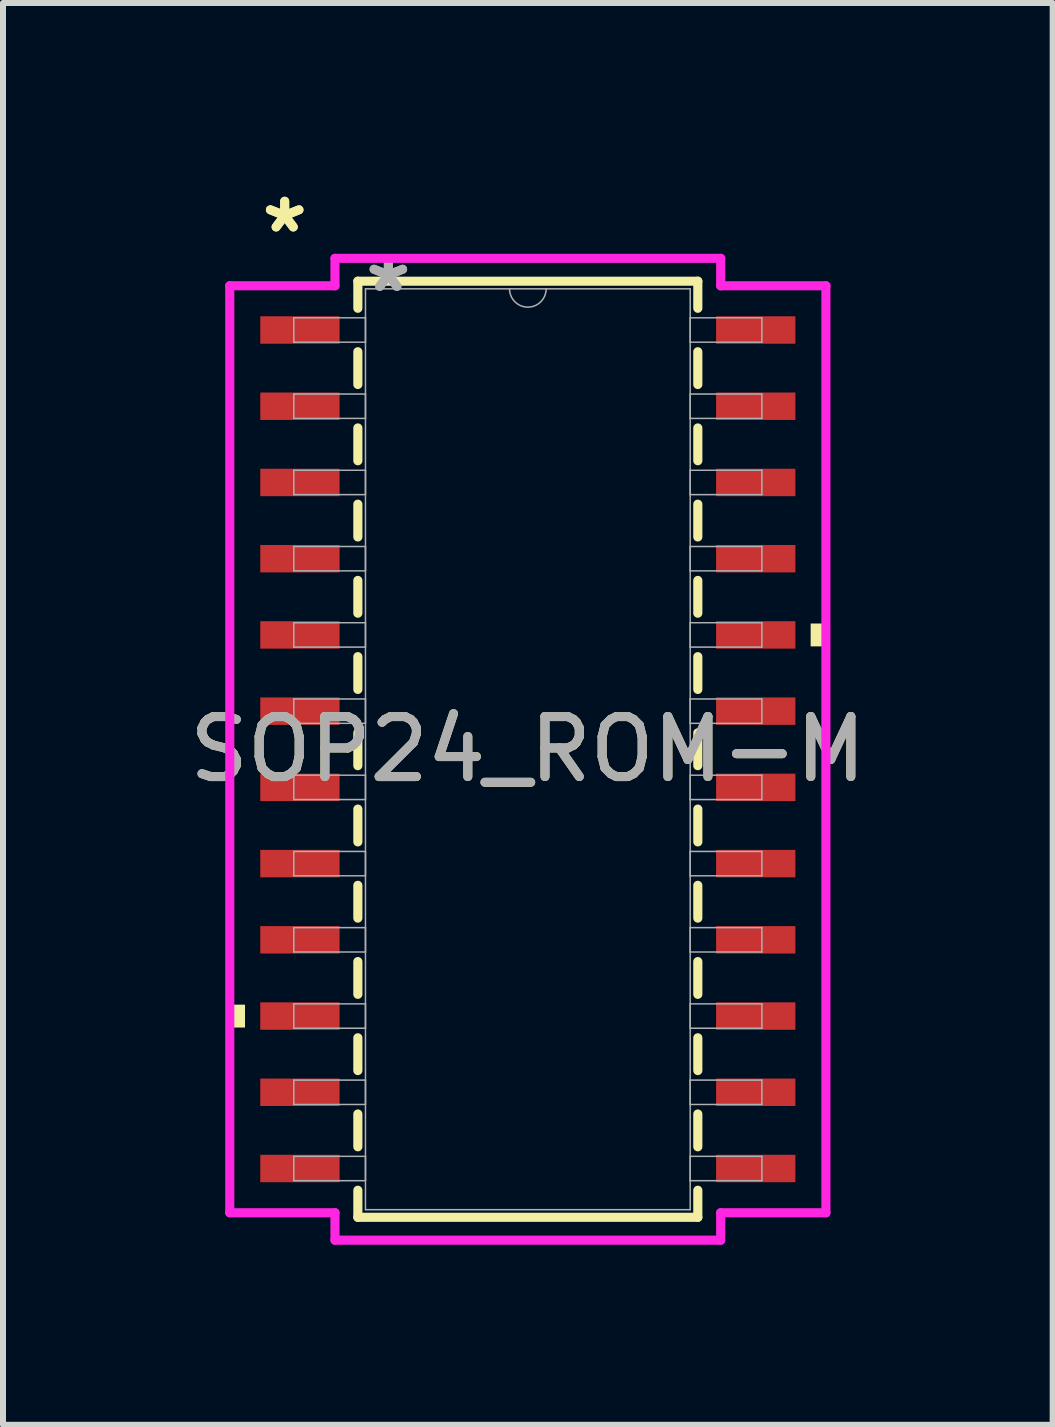
<source format=kicad_pcb>
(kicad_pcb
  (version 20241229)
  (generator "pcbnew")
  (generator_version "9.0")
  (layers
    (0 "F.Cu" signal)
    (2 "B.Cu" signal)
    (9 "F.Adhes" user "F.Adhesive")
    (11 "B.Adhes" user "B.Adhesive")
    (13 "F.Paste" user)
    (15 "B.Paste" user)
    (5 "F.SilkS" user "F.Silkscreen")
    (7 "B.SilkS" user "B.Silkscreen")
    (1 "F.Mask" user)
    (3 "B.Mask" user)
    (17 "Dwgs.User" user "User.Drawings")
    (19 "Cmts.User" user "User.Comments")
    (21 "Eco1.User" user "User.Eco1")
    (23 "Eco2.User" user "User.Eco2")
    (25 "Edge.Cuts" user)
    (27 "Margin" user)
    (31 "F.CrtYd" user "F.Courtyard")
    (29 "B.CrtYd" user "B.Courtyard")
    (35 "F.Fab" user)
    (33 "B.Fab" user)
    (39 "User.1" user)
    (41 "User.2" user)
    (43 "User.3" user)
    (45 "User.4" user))
  (footprint "SOP24_ROM-M"
    (layer "F.Cu")
    (at 5.744 9.433)
    (property "Reference" "SOP24_ROM-M" (at 0 0 0) (unlocked yes) (layer "F.SilkS") (effects (font (size 1 1) (thickness 0.15))))
    (attr smd)
    (fp_line (start -2.832 -7.798) (end -2.832 -7.347) (stroke (width 0.152) (type solid)) (layer "F.SilkS"))
    (fp_line (start -2.832 -6.623) (end -2.832 -6.077) (stroke (width 0.152) (type solid)) (layer "F.SilkS"))
    (fp_line (start -2.832 -5.353) (end -2.832 -4.807) (stroke (width 0.152) (type solid)) (layer "F.SilkS"))
    (fp_line (start -2.832 -4.083) (end -2.832 -3.537) (stroke (width 0.152) (type solid)) (layer "F.SilkS"))
    (fp_line (start -2.832 -2.813) (end -2.832 -2.267) (stroke (width 0.152) (type solid)) (layer "F.SilkS"))
    (fp_line (start -2.832 -1.543) (end -2.832 -0.997) (stroke (width 0.152) (type solid)) (layer "F.SilkS"))
    (fp_line (start -2.832 -0.273) (end -2.832 0.273) (stroke (width 0.152) (type solid)) (layer "F.SilkS"))
    (fp_line (start -2.832 0.997) (end -2.832 1.543) (stroke (width 0.152) (type solid)) (layer "F.SilkS"))
    (fp_line (start -2.832 2.267) (end -2.832 2.813) (stroke (width 0.152) (type solid)) (layer "F.SilkS"))
    (fp_line (start -2.832 3.537) (end -2.832 4.083) (stroke (width 0.152) (type solid)) (layer "F.SilkS"))
    (fp_line (start -2.832 4.807) (end -2.832 5.353) (stroke (width 0.152) (type solid)) (layer "F.SilkS"))
    (fp_line (start -2.832 6.077) (end -2.832 6.623) (stroke (width 0.152) (type solid)) (layer "F.SilkS"))
    (fp_line (start -2.832 7.347) (end -2.832 7.798) (stroke (width 0.152) (type solid)) (layer "F.SilkS"))
    (fp_line (start -2.832 7.798) (end 2.832 7.798) (stroke (width 0.152) (type solid)) (layer "F.SilkS"))
    (fp_line (start 2.832 -7.798) (end -2.832 -7.798) (stroke (width 0.152) (type solid)) (layer "F.SilkS"))
    (fp_line (start 2.832 -7.347) (end 2.832 -7.798) (stroke (width 0.152) (type solid)) (layer "F.SilkS"))
    (fp_line (start 2.832 -6.077) (end 2.832 -6.623) (stroke (width 0.152) (type solid)) (layer "F.SilkS"))
    (fp_line (start 2.832 -4.807) (end 2.832 -5.353) (stroke (width 0.152) (type solid)) (layer "F.SilkS"))
    (fp_line (start 2.832 -3.537) (end 2.832 -4.083) (stroke (width 0.152) (type solid)) (layer "F.SilkS"))
    (fp_line (start 2.832 -2.267) (end 2.832 -2.813) (stroke (width 0.152) (type solid)) (layer "F.SilkS"))
    (fp_line (start 2.832 -0.997) (end 2.832 -1.543) (stroke (width 0.152) (type solid)) (layer "F.SilkS"))
    (fp_line (start 2.832 0.273) (end 2.832 -0.273) (stroke (width 0.152) (type solid)) (layer "F.SilkS"))
    (fp_line (start 2.832 1.543) (end 2.832 0.997) (stroke (width 0.152) (type solid)) (layer "F.SilkS"))
    (fp_line (start 2.832 2.813) (end 2.832 2.267) (stroke (width 0.152) (type solid)) (layer "F.SilkS"))
    (fp_line (start 2.832 4.083) (end 2.832 3.537) (stroke (width 0.152) (type solid)) (layer "F.SilkS"))
    (fp_line (start 2.832 5.353) (end 2.832 4.807) (stroke (width 0.152) (type solid)) (layer "F.SilkS"))
    (fp_line (start 2.832 6.623) (end 2.832 6.077) (stroke (width 0.152) (type solid)) (layer "F.SilkS"))
    (fp_line (start 2.832 7.798) (end 2.832 7.347) (stroke (width 0.152) (type solid)) (layer "F.SilkS"))
    (fp_poly (pts (xy -4.966 4.255) (xy -4.966 4.636) (xy -4.712 4.636) (xy -4.712 4.255)) (stroke (width 0) (type solid)) (fill yes) (layer "F.SilkS"))
    (fp_poly (pts (xy 4.966 -2.095) (xy 4.966 -1.714) (xy 4.712 -1.714) (xy 4.712 -2.095)) (stroke (width 0) (type solid)) (fill yes) (layer "F.SilkS"))
    (fp_line (start -4.966 -7.722) (end -3.213 -7.722) (stroke (width 0.152) (type solid)) (layer "F.CrtYd"))
    (fp_line (start -4.966 7.722) (end -4.966 -7.722) (stroke (width 0.152) (type solid)) (layer "F.CrtYd"))
    (fp_line (start -4.966 7.722) (end -3.213 7.722) (stroke (width 0.152) (type solid)) (layer "F.CrtYd"))
    (fp_line (start -3.213 -8.179) (end 3.213 -8.179) (stroke (width 0.152) (type solid)) (layer "F.CrtYd"))
    (fp_line (start -3.213 -7.722) (end -3.213 -8.179) (stroke (width 0.152) (type solid)) (layer "F.CrtYd"))
    (fp_line (start -3.213 8.179) (end -3.213 7.722) (stroke (width 0.152) (type solid)) (layer "F.CrtYd"))
    (fp_line (start 3.213 -8.179) (end 3.213 -7.722) (stroke (width 0.152) (type solid)) (layer "F.CrtYd"))
    (fp_line (start 3.213 7.722) (end 3.213 8.179) (stroke (width 0.152) (type solid)) (layer "F.CrtYd"))
    (fp_line (start 3.213 8.179) (end -3.213 8.179) (stroke (width 0.152) (type solid)) (layer "F.CrtYd"))
    (fp_line (start 4.966 -7.722) (end 3.213 -7.722) (stroke (width 0.152) (type solid)) (layer "F.CrtYd"))
    (fp_line (start 4.966 -7.722) (end 4.966 7.722) (stroke (width 0.152) (type solid)) (layer "F.CrtYd"))
    (fp_line (start 4.966 7.722) (end 3.213 7.722) (stroke (width 0.152) (type solid)) (layer "F.CrtYd"))
    (fp_line (start -3.899 -7.188) (end -3.899 -6.782) (stroke (width 0.025) (type solid)) (layer "F.Fab"))
    (fp_line (start -3.899 -6.782) (end -2.705 -6.782) (stroke (width 0.025) (type solid)) (layer "F.Fab"))
    (fp_line (start -3.899 -5.918) (end -3.899 -5.512) (stroke (width 0.025) (type solid)) (layer "F.Fab"))
    (fp_line (start -3.899 -5.512) (end -2.705 -5.512) (stroke (width 0.025) (type solid)) (layer "F.Fab"))
    (fp_line (start -3.899 -4.648) (end -3.899 -4.242) (stroke (width 0.025) (type solid)) (layer "F.Fab"))
    (fp_line (start -3.899 -4.242) (end -2.705 -4.242) (stroke (width 0.025) (type solid)) (layer "F.Fab"))
    (fp_line (start -3.899 -3.378) (end -3.899 -2.972) (stroke (width 0.025) (type solid)) (layer "F.Fab"))
    (fp_line (start -3.899 -2.972) (end -2.705 -2.972) (stroke (width 0.025) (type solid)) (layer "F.Fab"))
    (fp_line (start -3.899 -2.108) (end -3.899 -1.702) (stroke (width 0.025) (type solid)) (layer "F.Fab"))
    (fp_line (start -3.899 -1.702) (end -2.705 -1.702) (stroke (width 0.025) (type solid)) (layer "F.Fab"))
    (fp_line (start -3.899 -0.838) (end -3.899 -0.432) (stroke (width 0.025) (type solid)) (layer "F.Fab"))
    (fp_line (start -3.899 -0.432) (end -2.705 -0.432) (stroke (width 0.025) (type solid)) (layer "F.Fab"))
    (fp_line (start -3.899 0.432) (end -3.899 0.838) (stroke (width 0.025) (type solid)) (layer "F.Fab"))
    (fp_line (start -3.899 0.838) (end -2.705 0.838) (stroke (width 0.025) (type solid)) (layer "F.Fab"))
    (fp_line (start -3.899 1.702) (end -3.899 2.108) (stroke (width 0.025) (type solid)) (layer "F.Fab"))
    (fp_line (start -3.899 2.108) (end -2.705 2.108) (stroke (width 0.025) (type solid)) (layer "F.Fab"))
    (fp_line (start -3.899 2.972) (end -3.899 3.378) (stroke (width 0.025) (type solid)) (layer "F.Fab"))
    (fp_line (start -3.899 3.378) (end -2.705 3.378) (stroke (width 0.025) (type solid)) (layer "F.Fab"))
    (fp_line (start -3.899 4.242) (end -3.899 4.648) (stroke (width 0.025) (type solid)) (layer "F.Fab"))
    (fp_line (start -3.899 4.648) (end -2.705 4.648) (stroke (width 0.025) (type solid)) (layer "F.Fab"))
    (fp_line (start -3.899 5.512) (end -3.899 5.918) (stroke (width 0.025) (type solid)) (layer "F.Fab"))
    (fp_line (start -3.899 5.918) (end -2.705 5.918) (stroke (width 0.025) (type solid)) (layer "F.Fab"))
    (fp_line (start -3.899 6.782) (end -3.899 7.188) (stroke (width 0.025) (type solid)) (layer "F.Fab"))
    (fp_line (start -3.899 7.188) (end -2.705 7.188) (stroke (width 0.025) (type solid)) (layer "F.Fab"))
    (fp_line (start -2.705 -7.671) (end -2.705 7.671) (stroke (width 0.025) (type solid)) (layer "F.Fab"))
    (fp_line (start -2.705 -7.188) (end -3.899 -7.188) (stroke (width 0.025) (type solid)) (layer "F.Fab"))
    (fp_line (start -2.705 -6.782) (end -2.705 -7.188) (stroke (width 0.025) (type solid)) (layer "F.Fab"))
    (fp_line (start -2.705 -5.918) (end -3.899 -5.918) (stroke (width 0.025) (type solid)) (layer "F.Fab"))
    (fp_line (start -2.705 -5.512) (end -2.705 -5.918) (stroke (width 0.025) (type solid)) (layer "F.Fab"))
    (fp_line (start -2.705 -4.648) (end -3.899 -4.648) (stroke (width 0.025) (type solid)) (layer "F.Fab"))
    (fp_line (start -2.705 -4.242) (end -2.705 -4.648) (stroke (width 0.025) (type solid)) (layer "F.Fab"))
    (fp_line (start -2.705 -3.378) (end -3.899 -3.378) (stroke (width 0.025) (type solid)) (layer "F.Fab"))
    (fp_line (start -2.705 -2.972) (end -2.705 -3.378) (stroke (width 0.025) (type solid)) (layer "F.Fab"))
    (fp_line (start -2.705 -2.108) (end -3.899 -2.108) (stroke (width 0.025) (type solid)) (layer "F.Fab"))
    (fp_line (start -2.705 -1.702) (end -2.705 -2.108) (stroke (width 0.025) (type solid)) (layer "F.Fab"))
    (fp_line (start -2.705 -0.838) (end -3.899 -0.838) (stroke (width 0.025) (type solid)) (layer "F.Fab"))
    (fp_line (start -2.705 -0.432) (end -2.705 -0.838) (stroke (width 0.025) (type solid)) (layer "F.Fab"))
    (fp_line (start -2.705 0.432) (end -3.899 0.432) (stroke (width 0.025) (type solid)) (layer "F.Fab"))
    (fp_line (start -2.705 0.838) (end -2.705 0.432) (stroke (width 0.025) (type solid)) (layer "F.Fab"))
    (fp_line (start -2.705 1.702) (end -3.899 1.702) (stroke (width 0.025) (type solid)) (layer "F.Fab"))
    (fp_line (start -2.705 2.108) (end -2.705 1.702) (stroke (width 0.025) (type solid)) (layer "F.Fab"))
    (fp_line (start -2.705 2.972) (end -3.899 2.972) (stroke (width 0.025) (type solid)) (layer "F.Fab"))
    (fp_line (start -2.705 3.378) (end -2.705 2.972) (stroke (width 0.025) (type solid)) (layer "F.Fab"))
    (fp_line (start -2.705 4.242) (end -3.899 4.242) (stroke (width 0.025) (type solid)) (layer "F.Fab"))
    (fp_line (start -2.705 4.648) (end -2.705 4.242) (stroke (width 0.025) (type solid)) (layer "F.Fab"))
    (fp_line (start -2.705 5.512) (end -3.899 5.512) (stroke (width 0.025) (type solid)) (layer "F.Fab"))
    (fp_line (start -2.705 5.918) (end -2.705 5.512) (stroke (width 0.025) (type solid)) (layer "F.Fab"))
    (fp_line (start -2.705 6.782) (end -3.899 6.782) (stroke (width 0.025) (type solid)) (layer "F.Fab"))
    (fp_line (start -2.705 7.188) (end -2.705 6.782) (stroke (width 0.025) (type solid)) (layer "F.Fab"))
    (fp_line (start -2.705 7.671) (end 2.705 7.671) (stroke (width 0.025) (type solid)) (layer "F.Fab"))
    (fp_line (start 2.705 -7.671) (end -2.705 -7.671) (stroke (width 0.025) (type solid)) (layer "F.Fab"))
    (fp_line (start 2.705 -7.188) (end 2.705 -6.782) (stroke (width 0.025) (type solid)) (layer "F.Fab"))
    (fp_line (start 2.705 -6.782) (end 3.899 -6.782) (stroke (width 0.025) (type solid)) (layer "F.Fab"))
    (fp_line (start 2.705 -5.918) (end 2.705 -5.512) (stroke (width 0.025) (type solid)) (layer "F.Fab"))
    (fp_line (start 2.705 -5.512) (end 3.899 -5.512) (stroke (width 0.025) (type solid)) (layer "F.Fab"))
    (fp_line (start 2.705 -4.648) (end 2.705 -4.242) (stroke (width 0.025) (type solid)) (layer "F.Fab"))
    (fp_line (start 2.705 -4.242) (end 3.899 -4.242) (stroke (width 0.025) (type solid)) (layer "F.Fab"))
    (fp_line (start 2.705 -3.378) (end 2.705 -2.972) (stroke (width 0.025) (type solid)) (layer "F.Fab"))
    (fp_line (start 2.705 -2.972) (end 3.899 -2.972) (stroke (width 0.025) (type solid)) (layer "F.Fab"))
    (fp_line (start 2.705 -2.108) (end 2.705 -1.702) (stroke (width 0.025) (type solid)) (layer "F.Fab"))
    (fp_line (start 2.705 -1.702) (end 3.899 -1.702) (stroke (width 0.025) (type solid)) (layer "F.Fab"))
    (fp_line (start 2.705 -0.838) (end 2.705 -0.432) (stroke (width 0.025) (type solid)) (layer "F.Fab"))
    (fp_line (start 2.705 -0.432) (end 3.899 -0.432) (stroke (width 0.025) (type solid)) (layer "F.Fab"))
    (fp_line (start 2.705 0.432) (end 2.705 0.838) (stroke (width 0.025) (type solid)) (layer "F.Fab"))
    (fp_line (start 2.705 0.838) (end 3.899 0.838) (stroke (width 0.025) (type solid)) (layer "F.Fab"))
    (fp_line (start 2.705 1.702) (end 2.705 2.108) (stroke (width 0.025) (type solid)) (layer "F.Fab"))
    (fp_line (start 2.705 2.108) (end 3.899 2.108) (stroke (width 0.025) (type solid)) (layer "F.Fab"))
    (fp_line (start 2.705 2.972) (end 2.705 3.378) (stroke (width 0.025) (type solid)) (layer "F.Fab"))
    (fp_line (start 2.705 3.378) (end 3.899 3.378) (stroke (width 0.025) (type solid)) (layer "F.Fab"))
    (fp_line (start 2.705 4.242) (end 2.705 4.648) (stroke (width 0.025) (type solid)) (layer "F.Fab"))
    (fp_line (start 2.705 4.648) (end 3.899 4.648) (stroke (width 0.025) (type solid)) (layer "F.Fab"))
    (fp_line (start 2.705 5.512) (end 2.705 5.918) (stroke (width 0.025) (type solid)) (layer "F.Fab"))
    (fp_line (start 2.705 5.918) (end 3.899 5.918) (stroke (width 0.025) (type solid)) (layer "F.Fab"))
    (fp_line (start 2.705 6.782) (end 2.705 7.188) (stroke (width 0.025) (type solid)) (layer "F.Fab"))
    (fp_line (start 2.705 7.188) (end 3.899 7.188) (stroke (width 0.025) (type solid)) (layer "F.Fab"))
    (fp_line (start 2.705 7.671) (end 2.705 -7.671) (stroke (width 0.025) (type solid)) (layer "F.Fab"))
    (fp_line (start 3.899 -7.188) (end 2.705 -7.188) (stroke (width 0.025) (type solid)) (layer "F.Fab"))
    (fp_line (start 3.899 -6.782) (end 3.899 -7.188) (stroke (width 0.025) (type solid)) (layer "F.Fab"))
    (fp_line (start 3.899 -5.918) (end 2.705 -5.918) (stroke (width 0.025) (type solid)) (layer "F.Fab"))
    (fp_line (start 3.899 -5.512) (end 3.899 -5.918) (stroke (width 0.025) (type solid)) (layer "F.Fab"))
    (fp_line (start 3.899 -4.648) (end 2.705 -4.648) (stroke (width 0.025) (type solid)) (layer "F.Fab"))
    (fp_line (start 3.899 -4.242) (end 3.899 -4.648) (stroke (width 0.025) (type solid)) (layer "F.Fab"))
    (fp_line (start 3.899 -3.378) (end 2.705 -3.378) (stroke (width 0.025) (type solid)) (layer "F.Fab"))
    (fp_line (start 3.899 -2.972) (end 3.899 -3.378) (stroke (width 0.025) (type solid)) (layer "F.Fab"))
    (fp_line (start 3.899 -2.108) (end 2.705 -2.108) (stroke (width 0.025) (type solid)) (layer "F.Fab"))
    (fp_line (start 3.899 -1.702) (end 3.899 -2.108) (stroke (width 0.025) (type solid)) (layer "F.Fab"))
    (fp_line (start 3.899 -0.838) (end 2.705 -0.838) (stroke (width 0.025) (type solid)) (layer "F.Fab"))
    (fp_line (start 3.899 -0.432) (end 3.899 -0.838) (stroke (width 0.025) (type solid)) (layer "F.Fab"))
    (fp_line (start 3.899 0.432) (end 2.705 0.432) (stroke (width 0.025) (type solid)) (layer "F.Fab"))
    (fp_line (start 3.899 0.838) (end 3.899 0.432) (stroke (width 0.025) (type solid)) (layer "F.Fab"))
    (fp_line (start 3.899 1.702) (end 2.705 1.702) (stroke (width 0.025) (type solid)) (layer "F.Fab"))
    (fp_line (start 3.899 2.108) (end 3.899 1.702) (stroke (width 0.025) (type solid)) (layer "F.Fab"))
    (fp_line (start 3.899 2.972) (end 2.705 2.972) (stroke (width 0.025) (type solid)) (layer "F.Fab"))
    (fp_line (start 3.899 3.378) (end 3.899 2.972) (stroke (width 0.025) (type solid)) (layer "F.Fab"))
    (fp_line (start 3.899 4.242) (end 2.705 4.242) (stroke (width 0.025) (type solid)) (layer "F.Fab"))
    (fp_line (start 3.899 4.648) (end 3.899 4.242) (stroke (width 0.025) (type solid)) (layer "F.Fab"))
    (fp_line (start 3.899 5.512) (end 2.705 5.512) (stroke (width 0.025) (type solid)) (layer "F.Fab"))
    (fp_line (start 3.899 5.918) (end 3.899 5.512) (stroke (width 0.025) (type solid)) (layer "F.Fab"))
    (fp_line (start 3.899 6.782) (end 2.705 6.782) (stroke (width 0.025) (type solid)) (layer "F.Fab"))
    (fp_line (start 3.899 7.188) (end 3.899 6.782) (stroke (width 0.025) (type solid)) (layer "F.Fab"))
    (fp_arc (start 0.3048 -7.6708) (mid 0 -7.366) (end -0.3048 -7.6708) (stroke (width 0.0254) (type solid)) (layer "F.Fab"))
    (fp_text user "*" (at -4.051 -8.585 0) (layer "F.SilkS") (effects (font (size 1 1) (thickness 0.15))))
    (fp_text user "*" (at -4.051 -8.585 0) (unlocked yes) (layer "F.SilkS") (effects (font (size 1 1) (thickness 0.15))))
    (fp_text user "*" (at -2.324 -7.595 0) (unlocked yes) (layer "F.Fab") (effects (font (size 1 1) (thickness 0.15))))
    (fp_text user "*" (at -2.324 -7.595 0) (layer "F.Fab") (effects (font (size 1 1) (thickness 0.15))))
    (fp_text user "${REFERENCE}" (at 0 0 0) (unlocked yes) (layer "F.Fab") (effects (font (size 1 1) (thickness 0.15))))
    (pad "1" smd rect (at -3.797 -6.985) (size 1.321 0.457) (layers "F.Cu" "F.Mask" "F.Paste"))
    (pad "2" smd rect (at -3.797 -5.715) (size 1.321 0.457) (layers "F.Cu" "F.Mask" "F.Paste"))
    (pad "3" smd rect (at -3.797 -4.445) (size 1.321 0.457) (layers "F.Cu" "F.Mask" "F.Paste"))
    (pad "4" smd rect (at -3.797 -3.175) (size 1.321 0.457) (layers "F.Cu" "F.Mask" "F.Paste"))
    (pad "5" smd rect (at -3.797 -1.905) (size 1.321 0.457) (layers "F.Cu" "F.Mask" "F.Paste"))
    (pad "6" smd rect (at -3.797 -0.635) (size 1.321 0.457) (layers "F.Cu" "F.Mask" "F.Paste"))
    (pad "7" smd rect (at -3.797 0.635) (size 1.321 0.457) (layers "F.Cu" "F.Mask" "F.Paste"))
    (pad "8" smd rect (at -3.797 1.905) (size 1.321 0.457) (layers "F.Cu" "F.Mask" "F.Paste"))
    (pad "9" smd rect (at -3.797 3.175) (size 1.321 0.457) (layers "F.Cu" "F.Mask" "F.Paste"))
    (pad "10" smd rect (at -3.797 4.445) (size 1.321 0.457) (layers "F.Cu" "F.Mask" "F.Paste"))
    (pad "11" smd rect (at -3.797 5.715) (size 1.321 0.457) (layers "F.Cu" "F.Mask" "F.Paste"))
    (pad "12" smd rect (at -3.797 6.985) (size 1.321 0.457) (layers "F.Cu" "F.Mask" "F.Paste"))
    (pad "13" smd rect (at 3.797 6.985) (size 1.321 0.457) (layers "F.Cu" "F.Mask" "F.Paste"))
    (pad "14" smd rect (at 3.797 5.715) (size 1.321 0.457) (layers "F.Cu" "F.Mask" "F.Paste"))
    (pad "15" smd rect (at 3.797 4.445) (size 1.321 0.457) (layers "F.Cu" "F.Mask" "F.Paste"))
    (pad "16" smd rect (at 3.797 3.175) (size 1.321 0.457) (layers "F.Cu" "F.Mask" "F.Paste"))
    (pad "17" smd rect (at 3.797 1.905) (size 1.321 0.457) (layers "F.Cu" "F.Mask" "F.Paste"))
    (pad "18" smd rect (at 3.797 0.635) (size 1.321 0.457) (layers "F.Cu" "F.Mask" "F.Paste"))
    (pad "19" smd rect (at 3.797 -0.635) (size 1.321 0.457) (layers "F.Cu" "F.Mask" "F.Paste"))
    (pad "20" smd rect (at 3.797 -1.905) (size 1.321 0.457) (layers "F.Cu" "F.Mask" "F.Paste"))
    (pad "21" smd rect (at 3.797 -3.175) (size 1.321 0.457) (layers "F.Cu" "F.Mask" "F.Paste"))
    (pad "22" smd rect (at 3.797 -4.445) (size 1.321 0.457) (layers "F.Cu" "F.Mask" "F.Paste"))
    (pad "23" smd rect (at 3.797 -5.715) (size 1.321 0.457) (layers "F.Cu" "F.Mask" "F.Paste"))
    (pad "24" smd rect (at 3.797 -6.985) (size 1.321 0.457) (layers "F.Cu" "F.Mask" "F.Paste")))
  (gr_rect
    (start -3 -3)
    (end 14.488 20.688)
    (stroke (width 0.1) (type default))
    (fill no)
    (layer "Edge.Cuts")))
</source>
